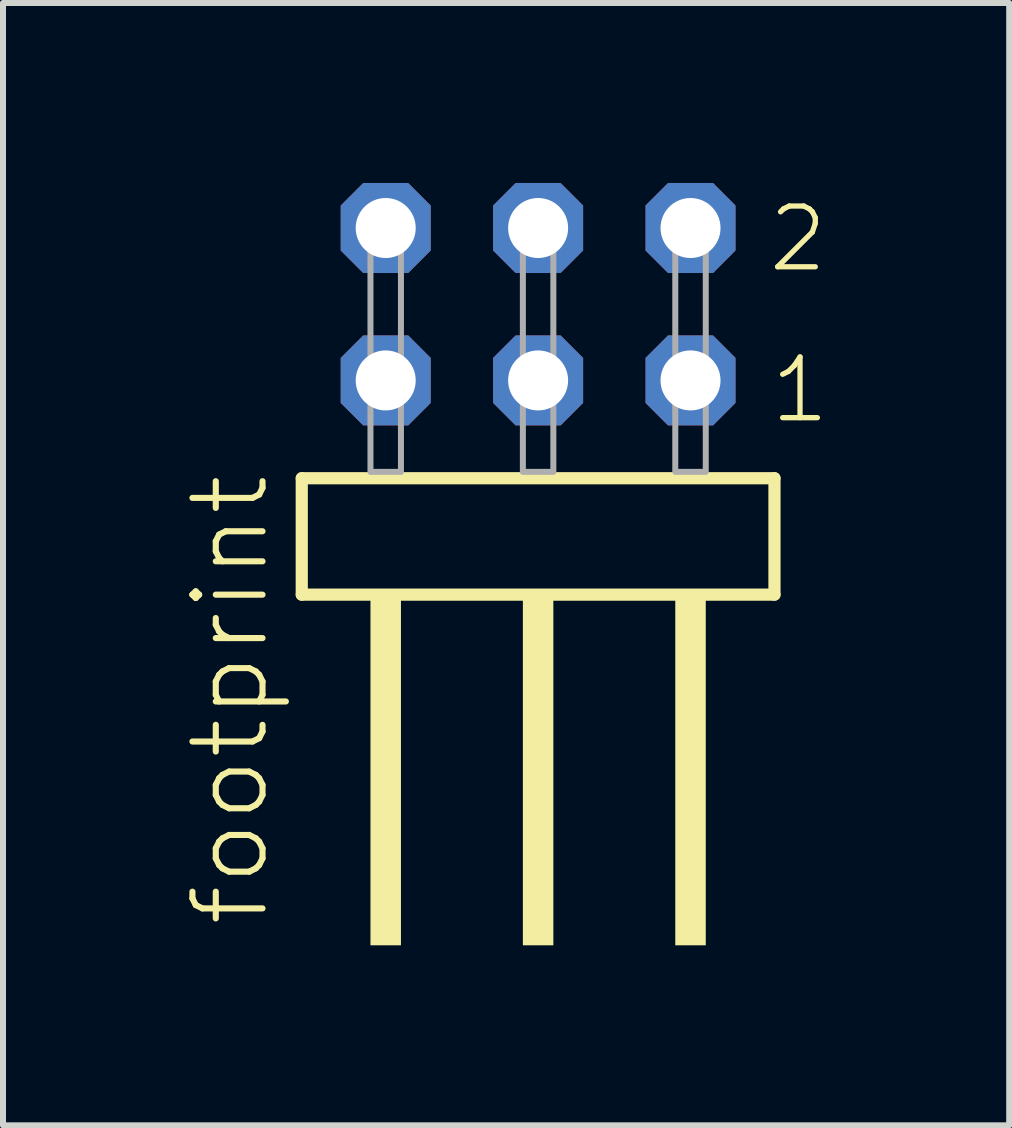
<source format=kicad_pcb>
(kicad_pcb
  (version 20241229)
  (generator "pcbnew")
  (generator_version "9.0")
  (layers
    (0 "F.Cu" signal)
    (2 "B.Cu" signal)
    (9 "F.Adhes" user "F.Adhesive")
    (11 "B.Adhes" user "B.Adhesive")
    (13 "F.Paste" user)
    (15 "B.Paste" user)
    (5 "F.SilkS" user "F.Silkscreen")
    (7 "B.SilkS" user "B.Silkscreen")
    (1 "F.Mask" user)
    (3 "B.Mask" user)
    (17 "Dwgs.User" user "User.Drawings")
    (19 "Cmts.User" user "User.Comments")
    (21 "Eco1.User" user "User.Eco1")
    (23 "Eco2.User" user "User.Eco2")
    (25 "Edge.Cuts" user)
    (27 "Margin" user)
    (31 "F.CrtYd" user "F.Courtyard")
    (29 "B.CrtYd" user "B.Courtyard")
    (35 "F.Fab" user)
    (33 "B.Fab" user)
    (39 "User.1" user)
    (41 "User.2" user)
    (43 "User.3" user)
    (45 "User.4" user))
  (footprint "footprint"
    (layer "F.Cu")
    (at 5.918 4.814)
    (property "Reference" "footprint" (at -4.445 7.62 90) (layer "F.SilkS") (effects (font (size 1.168 1.168) (thickness 0.102)) (justify left bottom)))
    (fp_line (start -3.939 0.106) (end -3.939 2.046) (stroke (width 0.203) (type solid)) (layer "F.SilkS"))
    (fp_line (start -3.939 2.046) (end 3.939 2.046) (stroke (width 0.203) (type solid)) (layer "F.SilkS"))
    (fp_line (start 3.939 0.106) (end -3.939 0.106) (stroke (width 0.203) (type solid)) (layer "F.SilkS"))
    (fp_line (start 3.939 2.046) (end 3.939 0.106) (stroke (width 0.203) (type solid)) (layer "F.SilkS"))
    (fp_poly (pts (xy -2.794 7.89) (xy -2.286 7.89) (xy -2.286 2.04) (xy -2.794 2.04)) (stroke (width 0) (type solid)) (fill yes) (layer "F.SilkS"))
    (fp_poly (pts (xy -0.254 7.89) (xy 0.254 7.89) (xy 0.254 2.04) (xy -0.254 2.04)) (stroke (width 0) (type solid)) (fill yes) (layer "F.SilkS"))
    (fp_poly (pts (xy 2.286 7.89) (xy 2.794 7.89) (xy 2.794 2.04) (xy 2.286 2.04)) (stroke (width 0) (type solid)) (fill yes) (layer "F.SilkS"))
    (fp_poly (pts (xy -2.794 0) (xy -2.286 0) (xy -2.286 -4.318) (xy -2.794 -4.318)) (stroke (width 0.1) (type solid)) (fill no) (layer "F.Fab"))
    (fp_poly (pts (xy -0.254 0) (xy 0.254 0) (xy 0.254 -4.318) (xy -0.254 -4.318)) (stroke (width 0.1) (type solid)) (fill no) (layer "F.Fab"))
    (fp_poly (pts (xy 2.286 0) (xy 2.794 0) (xy 2.794 -4.318) (xy 2.286 -4.318)) (stroke (width 0.1) (type solid)) (fill no) (layer "F.Fab"))
    (fp_text user "1" (at 3.825 -0.775 0) (layer "F.SilkS") (effects (font (size 1.012 1.012) (thickness 0.088)) (justify left bottom)))
    (fp_text user "2" (at 3.79 -3.29 0) (layer "F.SilkS") (effects (font (size 1.012 1.012) (thickness 0.088)) (justify left bottom)))
    (pad "1" thru_hole roundrect (at 2.54 -1.524 180) (size 1.5 1.5) (drill 1) (layers "*.Cu" "*.Mask") (roundrect_rratio 0.25) (chamfer_ratio 0.25) (chamfer top_left top_right bottom_left bottom_right))
    (pad "2" thru_hole roundrect (at 2.54 -4.064 180) (size 1.5 1.5) (drill 1) (layers "*.Cu" "*.Mask") (roundrect_rratio 0.25) (chamfer_ratio 0.25) (chamfer top_left top_right bottom_left bottom_right))
    (pad "3" thru_hole roundrect (at 0 -1.524 180) (size 1.5 1.5) (drill 1) (layers "*.Cu" "*.Mask") (roundrect_rratio 0.25) (chamfer_ratio 0.25) (chamfer top_left top_right bottom_left bottom_right))
    (pad "4" thru_hole roundrect (at 0 -4.064 180) (size 1.5 1.5) (drill 1) (layers "*.Cu" "*.Mask") (roundrect_rratio 0.25) (chamfer_ratio 0.25) (chamfer top_left top_right bottom_left bottom_right))
    (pad "5" thru_hole roundrect (at -2.54 -1.524 180) (size 1.5 1.5) (drill 1) (layers "*.Cu" "*.Mask") (roundrect_rratio 0.25) (chamfer_ratio 0.25) (chamfer top_left top_right bottom_left bottom_right))
    (pad "6" thru_hole roundrect (at -2.54 -4.064 180) (size 1.5 1.5) (drill 1) (layers "*.Cu" "*.Mask") (roundrect_rratio 0.25) (chamfer_ratio 0.25) (chamfer top_left top_right bottom_left bottom_right)))
  (gr_rect
    (start -3 -3)
    (end 13.769 15.704)
    (stroke (width 0.1) (type default))
    (fill no)
    (layer "Edge.Cuts")))
</source>
